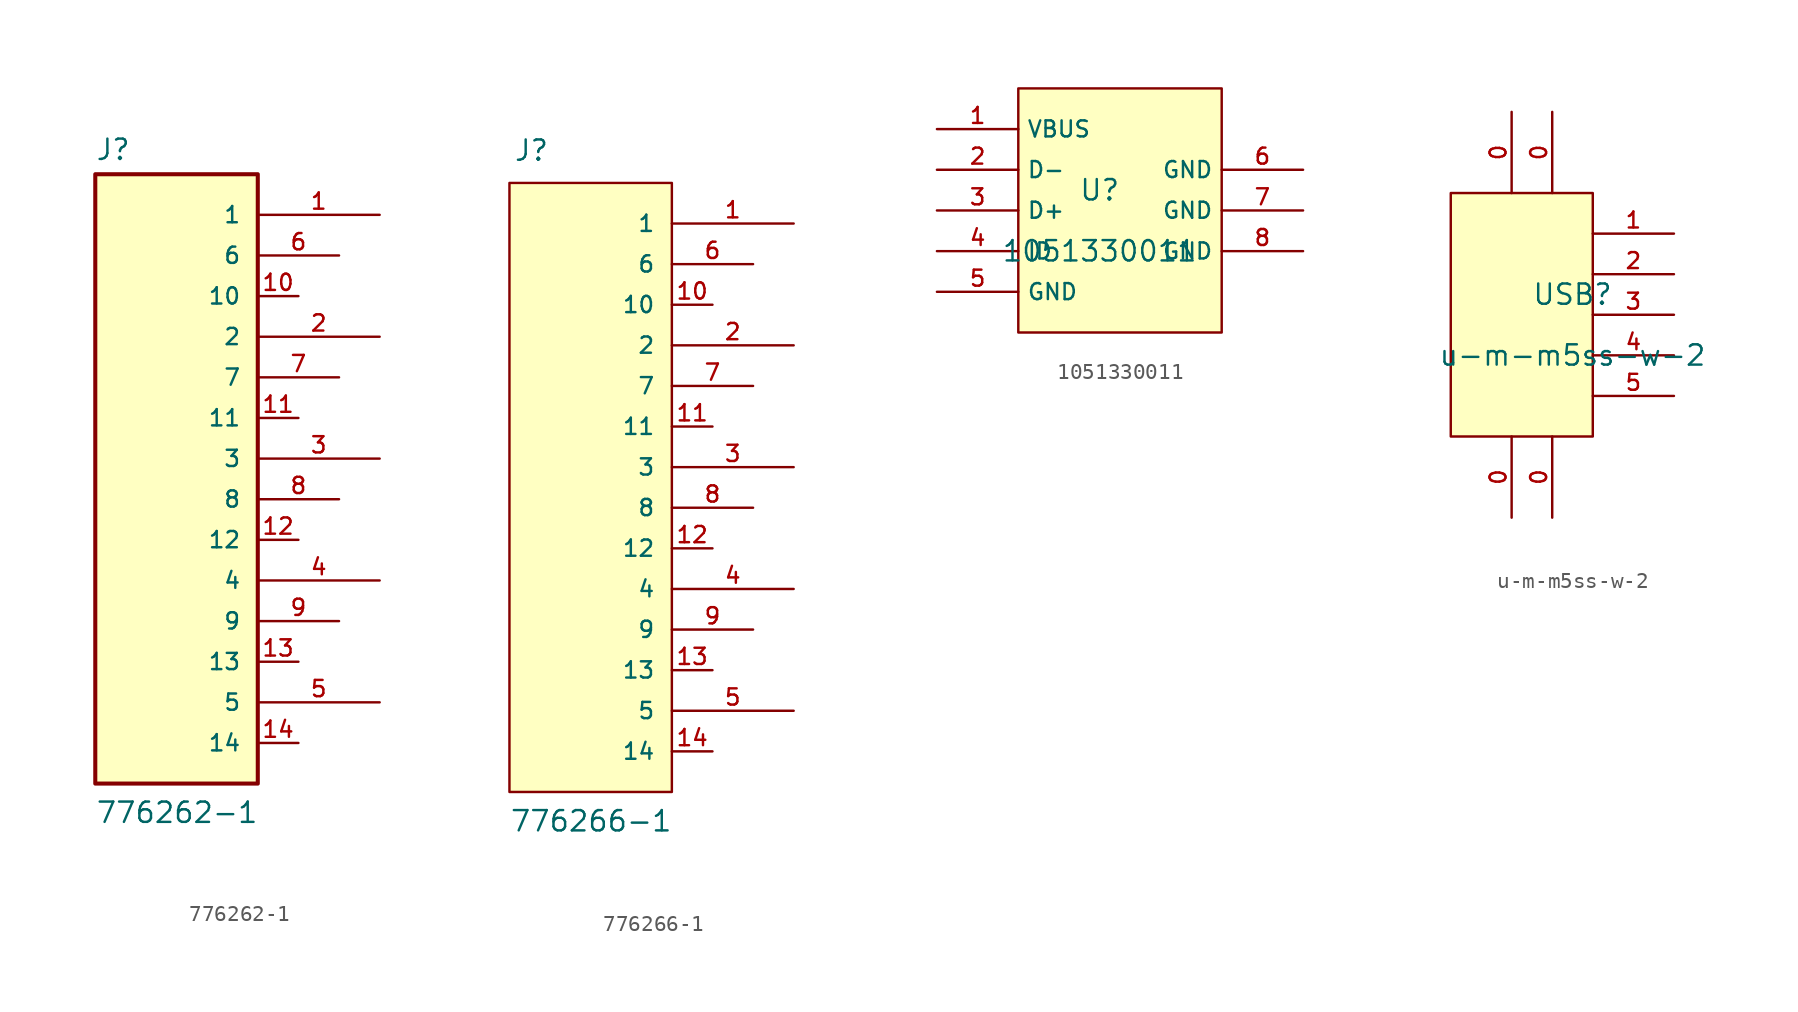
<source format=kicad_sym>
(kicad_symbol_lib
  (version 20220914)
  (generator kicad_symbol_editor)
  (symbol "776262-1"
    (pin_names
      (offset 1.016))
    (property "Reference" "J"
      (at -5.089 18.573 0)
      (effects (font (size 1.27 1.27)) (justify left bottom)))
    (property "Value" "776262-1"
      (at -5.084 -22.877 0)
      (effects (font (size 1.27 1.27)) (justify left bottom)))
    (symbol "776262-1_0_0"
      (rectangle (start -5.08 -20.32) (end 5.08 17.78) (stroke (width 0.254) (type default)) (fill (type background)))
      (pin passive line (at 12.7 15.24 180) (length 7.62) (name "1" (effects (font (size 1.016 1.016)))) (number "1" (effects (font (size 1.016 1.016)))))
      (pin passive line (at 7.62 10.16 180) (length 2.54) (name "10" (effects (font (size 1.016 1.016)))) (number "10" (effects (font (size 1.016 1.016)))))
      (pin passive line (at 7.62 2.54 180) (length 2.54) (name "11" (effects (font (size 1.016 1.016)))) (number "11" (effects (font (size 1.016 1.016)))))
      (pin passive line (at 7.62 -5.08 180) (length 2.54) (name "12" (effects (font (size 1.016 1.016)))) (number "12" (effects (font (size 1.016 1.016)))))
      (pin passive line (at 7.62 -12.7 180) (length 2.54) (name "13" (effects (font (size 1.016 1.016)))) (number "13" (effects (font (size 1.016 1.016)))))
      (pin passive line (at 7.62 -17.78 180) (length 2.54) (name "14" (effects (font (size 1.016 1.016)))) (number "14" (effects (font (size 1.016 1.016)))))
      (pin passive line (at 12.7 7.62 180) (length 7.62) (name "2" (effects (font (size 1.016 1.016)))) (number "2" (effects (font (size 1.016 1.016)))))
      (pin passive line (at 12.7 0 180) (length 7.62) (name "3" (effects (font (size 1.016 1.016)))) (number "3" (effects (font (size 1.016 1.016)))))
      (pin passive line (at 12.7 -7.62 180) (length 7.62) (name "4" (effects (font (size 1.016 1.016)))) (number "4" (effects (font (size 1.016 1.016)))))
      (pin passive line (at 12.7 -15.24 180) (length 7.62) (name "5" (effects (font (size 1.016 1.016)))) (number "5" (effects (font (size 1.016 1.016)))))
      (pin passive line (at 10.16 12.7 180) (length 5.08) (name "6" (effects (font (size 1.016 1.016)))) (number "6" (effects (font (size 1.016 1.016)))))
      (pin passive line (at 10.16 5.08 180) (length 5.08) (name "7" (effects (font (size 1.016 1.016)))) (number "7" (effects (font (size 1.016 1.016)))))
      (pin passive line (at 10.16 -2.54 180) (length 5.08) (name "8" (effects (font (size 1.016 1.016)))) (number "8" (effects (font (size 1.016 1.016)))))
      (pin passive line (at 10.16 -10.16 180) (length 5.08) (name "9" (effects (font (size 1.016 1.016)))) (number "9" (effects (font (size 1.016 1.016)))))))
  (symbol "776266-1"
    (pin_names
      (offset 1.016))
    (property "Reference" "J"
      (at -4.83 19.067 0)
      (effects (font (size 1.27 1.27)) (justify left bottom)))
    (property "Value" "776266-1"
      (at -5.086 -22.885 0)
      (effects (font (size 1.27 1.27)) (justify left bottom)))
    (symbol "776266-1_0_0"
      (rectangle (start -5.08 -20.32) (end 5.08 17.78) (stroke (width 0.152) (type default)) (fill (type background)))
      (pin passive line (at 12.7 15.24 180) (length 7.62) (name "1" (effects (font (size 1.016 1.016)))) (number "1" (effects (font (size 1.016 1.016)))))
      (pin passive line (at 7.62 10.16 180) (length 2.54) (name "10" (effects (font (size 1.016 1.016)))) (number "10" (effects (font (size 1.016 1.016)))))
      (pin passive line (at 7.62 2.54 180) (length 2.54) (name "11" (effects (font (size 1.016 1.016)))) (number "11" (effects (font (size 1.016 1.016)))))
      (pin passive line (at 7.62 -5.08 180) (length 2.54) (name "12" (effects (font (size 1.016 1.016)))) (number "12" (effects (font (size 1.016 1.016)))))
      (pin passive line (at 7.62 -12.7 180) (length 2.54) (name "13" (effects (font (size 1.016 1.016)))) (number "13" (effects (font (size 1.016 1.016)))))
      (pin passive line (at 7.62 -17.78 180) (length 2.54) (name "14" (effects (font (size 1.016 1.016)))) (number "14" (effects (font (size 1.016 1.016)))))
      (pin passive line (at 12.7 7.62 180) (length 7.62) (name "2" (effects (font (size 1.016 1.016)))) (number "2" (effects (font (size 1.016 1.016)))))
      (pin passive line (at 12.7 0 180) (length 7.62) (name "3" (effects (font (size 1.016 1.016)))) (number "3" (effects (font (size 1.016 1.016)))))
      (pin passive line (at 12.7 -7.62 180) (length 7.62) (name "4" (effects (font (size 1.016 1.016)))) (number "4" (effects (font (size 1.016 1.016)))))
      (pin passive line (at 12.7 -15.24 180) (length 7.62) (name "5" (effects (font (size 1.016 1.016)))) (number "5" (effects (font (size 1.016 1.016)))))
      (pin passive line (at 10.16 12.7 180) (length 5.08) (name "6" (effects (font (size 1.016 1.016)))) (number "6" (effects (font (size 1.016 1.016)))))
      (pin passive line (at 10.16 5.08 180) (length 5.08) (name "7" (effects (font (size 1.016 1.016)))) (number "7" (effects (font (size 1.016 1.016)))))
      (pin passive line (at 10.16 -2.54 180) (length 5.08) (name "8" (effects (font (size 1.016 1.016)))) (number "8" (effects (font (size 1.016 1.016)))))
      (pin passive line (at 10.16 -10.16 180) (length 5.08) (name "9" (effects (font (size 1.016 1.016)))) (number "9" (effects (font (size 1.016 1.016)))))))
  (symbol "1051330011"
    (property "Reference" "U"
      (at 0 1.27 0)
      (effects (font (size 1.27 1.27))))
    (property "Value" "1051330011"
      (at 0 -2.54 0)
      (effects (font (size 1.27 1.27))))
    (symbol "1051330011_0_1"
      (rectangle (start -5.08 7.62) (end 7.62 -7.62) (stroke (width 0) (type default)) (fill (type background)))
      (pin passive line (at -10.16 5.08 0) (length 5.08) (name "VBUS" (effects (font (size 1 1)))) (number "1" (effects (font (size 1 1)))))
      (pin passive line (at -10.16 2.54 0) (length 5.08) (name "D-" (effects (font (size 1 1)))) (number "2" (effects (font (size 1 1)))))
      (pin passive line (at -10.16 0 0) (length 5.08) (name "D+" (effects (font (size 1 1)))) (number "3" (effects (font (size 1 1)))))
      (pin passive line (at -10.16 -2.54 0) (length 5.08) (name "ID" (effects (font (size 1 1)))) (number "4" (effects (font (size 1 1)))))
      (pin passive line (at -10.16 -5.08 0) (length 5.08) (name "GND" (effects (font (size 1 1)))) (number "5" (effects (font (size 1 1)))))
      (pin passive line (at 12.7 2.54 180) (length 5.08) (name "GND" (effects (font (size 1 1)))) (number "6" (effects (font (size 1 1)))))
      (pin passive line (at 12.7 0 180) (length 5.08) (name "GND" (effects (font (size 1 1)))) (number "7" (effects (font (size 1 1)))))
      (pin passive line (at 12.7 -2.54 180) (length 5.08) (name "GND" (effects (font (size 1 1)))) (number "8" (effects (font (size 1 1)))))))
  (symbol "u-m-m5ss-w-2"
    (pin_names hide)
    (property "Reference" "USB"
      (at 0 1.27 0)
      (effects (font (size 1.27 1.27))))
    (property "Value" "u-m-m5ss-w-2"
      (at 0 -2.54 0)
      (effects (font (size 1.27 1.27))))
    (symbol "u-m-m5ss-w-2_0_1"
      (rectangle (start -7.62 7.62) (end 1.27 -7.62) (stroke (width 0) (type default)) (fill (type background)))
      (pin passive line (at -3.81 -12.7 90) (length 5.08) (name "SHLD" (effects (font (size 1 1)))) (number "0" (effects (font (size 1 1)))))
      (pin passive line (at -3.81 12.7 270) (length 5.08) (name "SHLD" (effects (font (size 1 1)))) (number "0" (effects (font (size 1 1)))))
      (pin passive line (at -1.27 -12.7 90) (length 5.08) (name "SHLD" (effects (font (size 1 1)))) (number "0" (effects (font (size 1 1)))))
      (pin passive line (at -1.27 12.7 270) (length 5.08) (name "SHLD" (effects (font (size 1 1)))) (number "0" (effects (font (size 1 1)))))
      (pin passive line (at 6.35 5.08 180) (length 5.08) (name "VCC" (effects (font (size 1 1)))) (number "1" (effects (font (size 1 1)))))
      (pin passive line (at 6.35 2.54 180) (length 5.08) (name "D-" (effects (font (size 1 1)))) (number "2" (effects (font (size 1 1)))))
      (pin passive line (at 6.35 0 180) (length 5.08) (name "D+" (effects (font (size 1 1)))) (number "3" (effects (font (size 1 1)))))
      (pin passive line (at 6.35 -2.54 180) (length 5.08) (name "ID" (effects (font (size 1 1)))) (number "4" (effects (font (size 1 1)))))
      (pin passive line (at 6.35 -5.08 180) (length 5.08) (name "GND" (effects (font (size 1 1)))) (number "5" (effects (font (size 1 1))))))))
</source>
